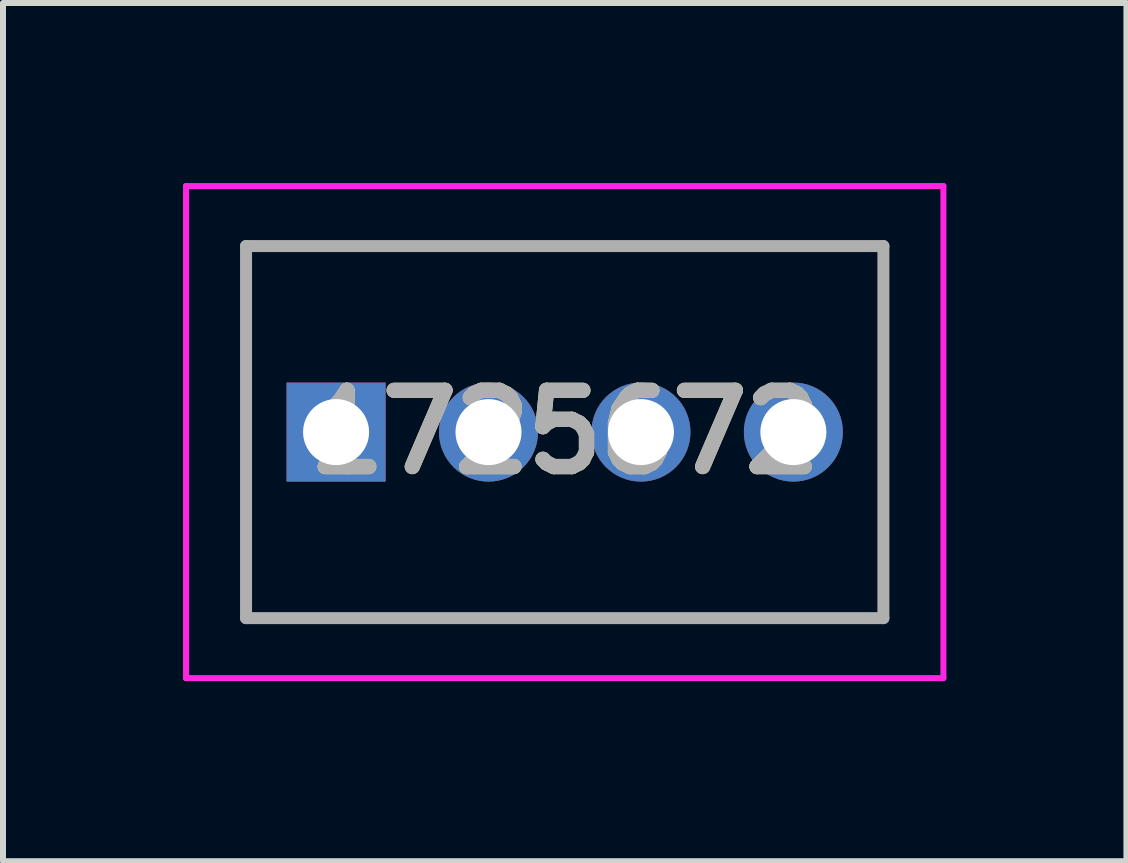
<source format=kicad_pcb>
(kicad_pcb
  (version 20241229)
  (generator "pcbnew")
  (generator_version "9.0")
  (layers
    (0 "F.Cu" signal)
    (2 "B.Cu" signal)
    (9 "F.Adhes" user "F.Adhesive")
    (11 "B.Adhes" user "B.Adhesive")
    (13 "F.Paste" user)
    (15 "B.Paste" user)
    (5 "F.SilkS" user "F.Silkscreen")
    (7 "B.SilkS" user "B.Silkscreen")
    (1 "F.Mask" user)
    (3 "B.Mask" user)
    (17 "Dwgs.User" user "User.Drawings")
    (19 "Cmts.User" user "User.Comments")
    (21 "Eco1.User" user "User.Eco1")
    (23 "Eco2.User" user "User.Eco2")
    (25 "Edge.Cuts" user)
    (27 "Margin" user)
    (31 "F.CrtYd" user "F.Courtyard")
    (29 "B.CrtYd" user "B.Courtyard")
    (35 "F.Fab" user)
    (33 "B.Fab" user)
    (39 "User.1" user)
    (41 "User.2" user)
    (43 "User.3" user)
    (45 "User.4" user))
  (footprint "1725672"
    (layer "F.Cu")
    (at 2.55 4.15)
    (property "Reference" "1725672" (at 3.81 0 0) (layer "F.SilkS") (effects (font (size 1.27 1.27) (thickness 0.254))))
    (attr through_hole)
    (fp_line (start -1.5 -3.1) (end -1.5 3.1) (stroke (width 0.1) (type solid)) (layer "F.SilkS"))
    (fp_line (start -1.5 3.1) (end 9.12 3.1) (stroke (width 0.1) (type solid)) (layer "F.SilkS"))
    (fp_line (start 9.12 -3.1) (end -1.5 -3.1) (stroke (width 0.1) (type solid)) (layer "F.SilkS"))
    (fp_line (start 9.12 3.1) (end 9.12 -3.1) (stroke (width 0.1) (type solid)) (layer "F.SilkS"))
    (fp_line (start -2.5 -4.1) (end 10.12 -4.1) (stroke (width 0.1) (type solid)) (layer "F.CrtYd"))
    (fp_line (start -2.5 4.1) (end -2.5 -4.1) (stroke (width 0.1) (type solid)) (layer "F.CrtYd"))
    (fp_line (start 10.12 -4.1) (end 10.12 4.1) (stroke (width 0.1) (type solid)) (layer "F.CrtYd"))
    (fp_line (start 10.12 4.1) (end -2.5 4.1) (stroke (width 0.1) (type solid)) (layer "F.CrtYd"))
    (fp_line (start -1.5 -3.1) (end -1.5 3.1) (stroke (width 0.2) (type solid)) (layer "F.Fab"))
    (fp_line (start -1.5 3.1) (end 9.12 3.1) (stroke (width 0.2) (type solid)) (layer "F.Fab"))
    (fp_line (start 9.12 -3.1) (end -1.5 -3.1) (stroke (width 0.2) (type solid)) (layer "F.Fab"))
    (fp_line (start 9.12 3.1) (end 9.12 -3.1) (stroke (width 0.2) (type solid)) (layer "F.Fab"))
    (fp_text user "${REFERENCE}" (at 3.81 0 0) (layer "F.Fab") (effects (font (size 1.27 1.27) (thickness 0.254))))
    (pad "1" thru_hole rect (at 0 0) (size 1.65 1.65) (drill 1.1) (layers "*.Cu" "*.Mask"))
    (pad "2" thru_hole circle (at 2.54 0) (size 1.65 1.65) (drill 1.1) (layers "*.Cu" "*.Mask"))
    (pad "3" thru_hole circle (at 5.08 0) (size 1.65 1.65) (drill 1.1) (layers "*.Cu" "*.Mask"))
    (pad "4" thru_hole circle (at 7.62 0) (size 1.65 1.65) (drill 1.1) (layers "*.Cu" "*.Mask")))
  (gr_rect
    (start -3 -3)
    (end 15.72 11.3)
    (stroke (width 0.1) (type default))
    (fill no)
    (layer "Edge.Cuts")))
</source>
